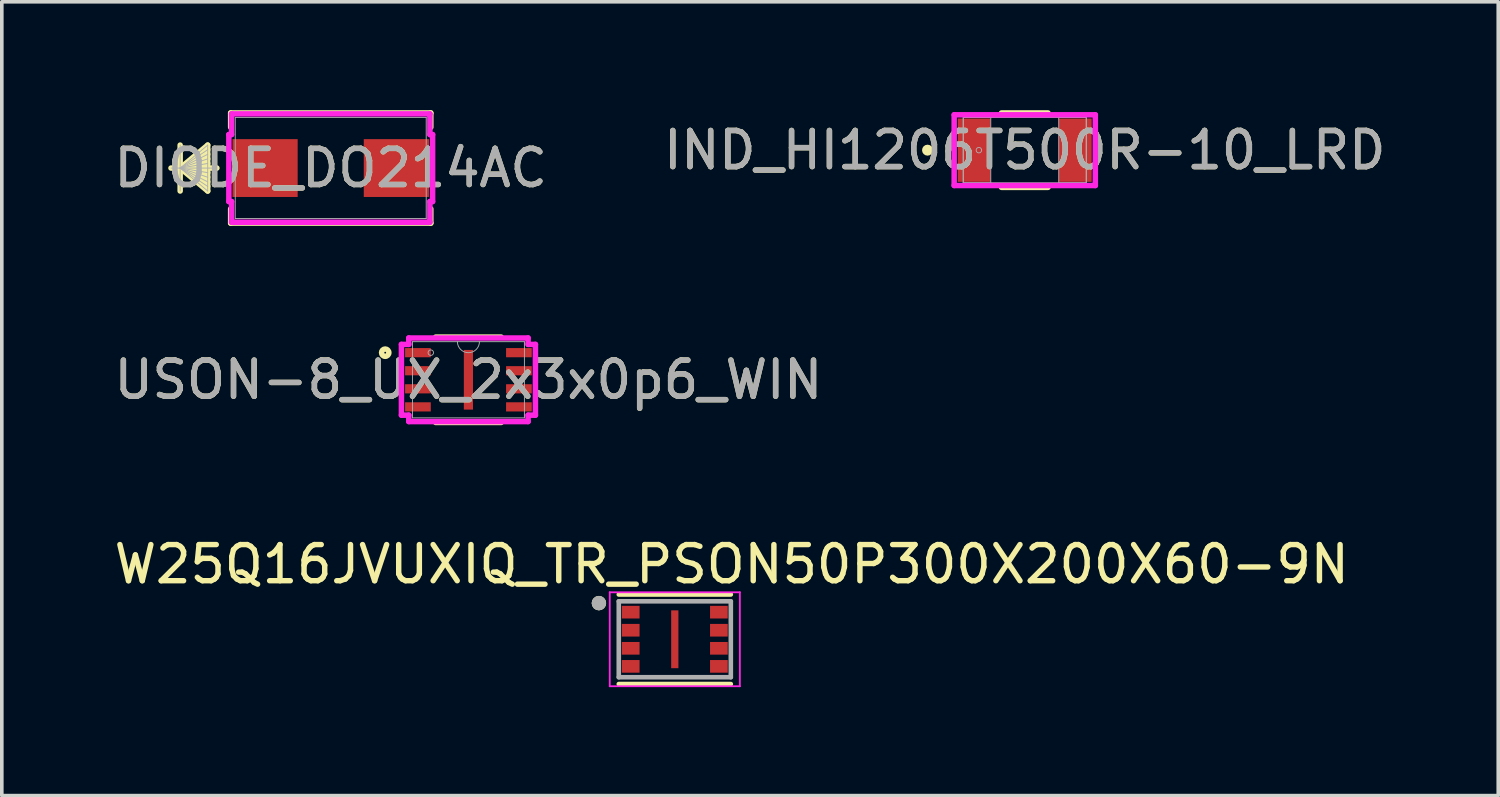
<source format=kicad_pcb>
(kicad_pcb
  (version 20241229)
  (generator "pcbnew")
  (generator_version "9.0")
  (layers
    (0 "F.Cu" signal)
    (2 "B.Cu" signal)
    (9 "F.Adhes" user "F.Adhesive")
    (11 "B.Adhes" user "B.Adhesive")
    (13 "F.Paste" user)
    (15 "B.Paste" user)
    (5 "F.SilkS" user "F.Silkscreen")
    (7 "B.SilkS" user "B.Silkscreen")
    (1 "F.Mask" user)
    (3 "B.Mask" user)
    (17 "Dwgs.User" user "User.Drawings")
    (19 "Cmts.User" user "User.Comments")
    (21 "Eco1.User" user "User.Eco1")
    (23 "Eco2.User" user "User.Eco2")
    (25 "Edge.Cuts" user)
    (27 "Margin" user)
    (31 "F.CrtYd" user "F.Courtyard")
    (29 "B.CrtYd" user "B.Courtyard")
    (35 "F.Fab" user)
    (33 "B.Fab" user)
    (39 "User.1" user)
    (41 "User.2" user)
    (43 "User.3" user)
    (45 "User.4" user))
  (footprint "USON-8_UX_2x3x0p6_WIN"
    (layer "F.Cu")
    (at 9.911 7.458)
    (property "Reference" "USON-8_UX_2x3x0p6_WIN" (at 0 0 0) (unlocked yes) (layer "F.SilkS") (effects (font (size 1 1) (thickness 0.15))))
    (attr smd)
    (fp_line (start -0.906 1.181) (end 0.906 1.181) (stroke (width 0.152) (type solid)) (layer "F.SilkS"))
    (fp_line (start 0.906 -1.181) (end -0.906 -1.181) (stroke (width 0.152) (type solid)) (layer "F.SilkS"))
    (fp_circle (center -2.303 -0.75) (end -2.202 -0.75) (stroke (width 0.152) (type solid)) (fill no) (layer "F.SilkS"))
    (fp_line (start -1.854 -0.979) (end -1.651 -0.979) (stroke (width 0.152) (type solid)) (layer "F.CrtYd"))
    (fp_line (start -1.854 0.979) (end -1.854 -0.979) (stroke (width 0.152) (type solid)) (layer "F.CrtYd"))
    (fp_line (start -1.854 0.979) (end -1.651 0.979) (stroke (width 0.152) (type solid)) (layer "F.CrtYd"))
    (fp_line (start -1.651 -1.156) (end 1.651 -1.156) (stroke (width 0.152) (type solid)) (layer "F.CrtYd"))
    (fp_line (start -1.651 -0.979) (end -1.651 -1.156) (stroke (width 0.152) (type solid)) (layer "F.CrtYd"))
    (fp_line (start -1.651 1.156) (end -1.651 0.979) (stroke (width 0.152) (type solid)) (layer "F.CrtYd"))
    (fp_line (start 1.651 -1.156) (end 1.651 -0.979) (stroke (width 0.152) (type solid)) (layer "F.CrtYd"))
    (fp_line (start 1.651 0.979) (end 1.651 1.156) (stroke (width 0.152) (type solid)) (layer "F.CrtYd"))
    (fp_line (start 1.651 1.156) (end -1.651 1.156) (stroke (width 0.152) (type solid)) (layer "F.CrtYd"))
    (fp_line (start 1.854 -0.979) (end 1.651 -0.979) (stroke (width 0.152) (type solid)) (layer "F.CrtYd"))
    (fp_line (start 1.854 -0.979) (end 1.854 0.979) (stroke (width 0.152) (type solid)) (layer "F.CrtYd"))
    (fp_line (start 1.854 0.979) (end 1.651 0.979) (stroke (width 0.152) (type solid)) (layer "F.CrtYd"))
    (fp_line (start -1.549 -1.054) (end -1.549 1.054) (stroke (width 0.025) (type solid)) (layer "F.Fab"))
    (fp_line (start -1.549 1.054) (end 1.549 1.054) (stroke (width 0.025) (type solid)) (layer "F.Fab"))
    (fp_line (start 1.549 -1.054) (end -1.549 -1.054) (stroke (width 0.025) (type solid)) (layer "F.Fab"))
    (fp_line (start 1.549 1.054) (end 1.549 -1.054) (stroke (width 0.025) (type solid)) (layer "F.Fab"))
    (fp_arc (start 0.3048 -1.0541) (mid 0 -0.7493) (end -0.3048 -1.0541) (stroke (width 0.0254) (type solid)) (layer "F.Fab"))
    (fp_circle (center -1.041 -0.75) (end -0.965 -0.75) (stroke (width 0.025) (type solid)) (fill no) (layer "F.Fab"))
    (fp_text user "${REFERENCE}" (at 0 0 0) (unlocked yes) (layer "F.Fab") (effects (font (size 1 1) (thickness 0.15))))
    (pad "1" smd rect (at -1.397 -0.75) (size 0.711 0.254) (layers "F.Cu" "F.Mask" "F.Paste"))
    (pad "2" smd rect (at -1.397 -0.25) (size 0.711 0.254) (layers "F.Cu" "F.Mask" "F.Paste"))
    (pad "3" smd rect (at -1.397 0.25) (size 0.711 0.254) (layers "F.Cu" "F.Mask" "F.Paste"))
    (pad "4" smd rect (at -1.397 0.75) (size 0.711 0.254) (layers "F.Cu" "F.Mask" "F.Paste"))
    (pad "5" smd rect (at 1.397 0.75) (size 0.711 0.254) (layers "F.Cu" "F.Mask" "F.Paste"))
    (pad "6" smd rect (at 1.397 0.25) (size 0.711 0.254) (layers "F.Cu" "F.Mask" "F.Paste"))
    (pad "7" smd rect (at 1.397 -0.25) (size 0.711 0.254) (layers "F.Cu" "F.Mask" "F.Paste"))
    (pad "8" smd rect (at 1.397 -0.75) (size 0.711 0.254) (layers "F.Cu" "F.Mask" "F.Paste"))
    (pad "9" smd rect (at 0 0) (size 0.254 1.651) (layers "F.Cu" "F.Mask" "F.Paste")))
  (footprint "DIODE_DO214AC"
    (layer "F.Cu")
    (at 6.101 1.6)
    (property "Reference" "DIODE_DO214AC" (at 0 0 0) (unlocked yes) (layer "F.SilkS") (effects (font (size 1 1) (thickness 0.15))))
    (attr smd)
    (fp_line (start -4.166 -0.635) (end -4.166 0.635) (stroke (width 0.152) (type solid)) (layer "F.SilkS"))
    (fp_line (start -4.166 0) (end -3.404 -0.635) (stroke (width 0.152) (type solid)) (layer "F.SilkS"))
    (fp_line (start -4.166 0) (end -3.404 -0.508) (stroke (width 0.152) (type solid)) (layer "F.SilkS"))
    (fp_line (start -4.166 0) (end -3.404 -0.381) (stroke (width 0.152) (type solid)) (layer "F.SilkS"))
    (fp_line (start -4.166 0) (end -3.404 -0.254) (stroke (width 0.152) (type solid)) (layer "F.SilkS"))
    (fp_line (start -4.166 0) (end -3.404 -0.127) (stroke (width 0.152) (type solid)) (layer "F.SilkS"))
    (fp_line (start -4.166 0) (end -3.404 0.127) (stroke (width 0.152) (type solid)) (layer "F.SilkS"))
    (fp_line (start -4.166 0) (end -3.404 0.254) (stroke (width 0.152) (type solid)) (layer "F.SilkS"))
    (fp_line (start -4.166 0) (end -3.404 0.381) (stroke (width 0.152) (type solid)) (layer "F.SilkS"))
    (fp_line (start -4.166 0) (end -3.404 0.508) (stroke (width 0.152) (type solid)) (layer "F.SilkS"))
    (fp_line (start -4.166 0) (end -3.404 0.635) (stroke (width 0.152) (type solid)) (layer "F.SilkS"))
    (fp_line (start -3.404 -0.635) (end -3.404 0.635) (stroke (width 0.152) (type solid)) (layer "F.SilkS"))
    (fp_line (start -3.15 0) (end -4.42 0) (stroke (width 0.152) (type solid)) (layer "F.SilkS"))
    (fp_line (start -2.769 -1.524) (end -2.769 -1.129) (stroke (width 0.152) (type solid)) (layer "F.SilkS"))
    (fp_line (start -2.769 1.129) (end -2.769 1.524) (stroke (width 0.152) (type solid)) (layer "F.SilkS"))
    (fp_line (start -2.769 1.524) (end 2.769 1.524) (stroke (width 0.152) (type solid)) (layer "F.SilkS"))
    (fp_line (start 2.769 -1.524) (end -2.769 -1.524) (stroke (width 0.152) (type solid)) (layer "F.SilkS"))
    (fp_line (start 2.769 -1.129) (end 2.769 -1.524) (stroke (width 0.152) (type solid)) (layer "F.SilkS"))
    (fp_line (start 2.769 1.524) (end 2.769 1.129) (stroke (width 0.152) (type solid)) (layer "F.SilkS"))
    (fp_line (start -2.819 -0.927) (end -2.743 -0.927) (stroke (width 0.152) (type solid)) (layer "F.CrtYd"))
    (fp_line (start -2.819 0.927) (end -2.819 -0.927) (stroke (width 0.152) (type solid)) (layer "F.CrtYd"))
    (fp_line (start -2.743 -1.499) (end 2.743 -1.499) (stroke (width 0.152) (type solid)) (layer "F.CrtYd"))
    (fp_line (start -2.743 -0.927) (end -2.743 -1.499) (stroke (width 0.152) (type solid)) (layer "F.CrtYd"))
    (fp_line (start -2.743 0.927) (end -2.819 0.927) (stroke (width 0.152) (type solid)) (layer "F.CrtYd"))
    (fp_line (start -2.743 1.499) (end -2.743 0.927) (stroke (width 0.152) (type solid)) (layer "F.CrtYd"))
    (fp_line (start 2.743 -1.499) (end 2.743 -0.927) (stroke (width 0.152) (type solid)) (layer "F.CrtYd"))
    (fp_line (start 2.743 -0.927) (end 2.819 -0.927) (stroke (width 0.152) (type solid)) (layer "F.CrtYd"))
    (fp_line (start 2.743 0.927) (end 2.743 1.499) (stroke (width 0.152) (type solid)) (layer "F.CrtYd"))
    (fp_line (start 2.743 1.499) (end -2.743 1.499) (stroke (width 0.152) (type solid)) (layer "F.CrtYd"))
    (fp_line (start 2.819 -0.927) (end 2.819 0.927) (stroke (width 0.152) (type solid)) (layer "F.CrtYd"))
    (fp_line (start 2.819 0.927) (end 2.743 0.927) (stroke (width 0.152) (type solid)) (layer "F.CrtYd"))
    (fp_line (start -4.166 -0.635) (end -4.166 0.635) (stroke (width 0.025) (type solid)) (layer "F.Fab"))
    (fp_line (start -4.166 0) (end -3.404 -0.635) (stroke (width 0.025) (type solid)) (layer "F.Fab"))
    (fp_line (start -4.166 0) (end -3.404 -0.508) (stroke (width 0.025) (type solid)) (layer "F.Fab"))
    (fp_line (start -4.166 0) (end -3.404 -0.381) (stroke (width 0.025) (type solid)) (layer "F.Fab"))
    (fp_line (start -4.166 0) (end -3.404 -0.254) (stroke (width 0.025) (type solid)) (layer "F.Fab"))
    (fp_line (start -4.166 0) (end -3.404 -0.127) (stroke (width 0.025) (type solid)) (layer "F.Fab"))
    (fp_line (start -4.166 0) (end -3.404 0.127) (stroke (width 0.025) (type solid)) (layer "F.Fab"))
    (fp_line (start -4.166 0) (end -3.404 0.254) (stroke (width 0.025) (type solid)) (layer "F.Fab"))
    (fp_line (start -4.166 0) (end -3.404 0.381) (stroke (width 0.025) (type solid)) (layer "F.Fab"))
    (fp_line (start -4.166 0) (end -3.404 0.508) (stroke (width 0.025) (type solid)) (layer "F.Fab"))
    (fp_line (start -4.166 0) (end -3.404 0.635) (stroke (width 0.025) (type solid)) (layer "F.Fab"))
    (fp_line (start -3.404 -0.635) (end -3.404 0.635) (stroke (width 0.025) (type solid)) (layer "F.Fab"))
    (fp_line (start -3.15 0) (end -4.42 0) (stroke (width 0.025) (type solid)) (layer "F.Fab"))
    (fp_line (start -2.642 -1.397) (end -2.642 1.397) (stroke (width 0.025) (type solid)) (layer "F.Fab"))
    (fp_line (start -2.642 1.397) (end 2.642 1.397) (stroke (width 0.025) (type solid)) (layer "F.Fab"))
    (fp_line (start 2.642 -1.397) (end -2.642 -1.397) (stroke (width 0.025) (type solid)) (layer "F.Fab"))
    (fp_line (start 2.642 1.397) (end 2.642 -1.397) (stroke (width 0.025) (type solid)) (layer "F.Fab"))
    (fp_text user "${REFERENCE}" (at 0 0 0) (unlocked yes) (layer "F.Fab") (effects (font (size 1 1) (thickness 0.15))))
    (pad "1" smd rect (at -1.816 0 90) (size 1.6 1.803) (layers "F.Cu" "F.Mask" "F.Paste"))
    (pad "2" smd rect (at 1.816 0 90) (size 1.6 1.803) (layers "F.Cu" "F.Mask" "F.Paste"))
    (zone (net_name "") (layer "F.Cu") (hatch full 0.508) (connect_pads) (min_thickness 0.254) (filled_areas_thickness no) (keepout (tracks not_allowed) (vias not_allowed) (pads allowed) (copperpour not_allowed) (footprints allowed)) (placement (enabled no)) (fill) (polygon (pts (xy 3.51 0.254) (xy 8.692 0.254) (xy 8.692 0.724) (xy 3.51 0.724))))
    (zone (net_name "") (layer "F.Cu") (hatch full 0.508) (connect_pads) (min_thickness 0.254) (filled_areas_thickness no) (keepout (tracks not_allowed) (vias not_allowed) (pads allowed) (copperpour not_allowed) (footprints allowed)) (placement (enabled no)) (fill) (polygon (pts (xy 3.51 2.477) (xy 8.692 2.477) (xy 8.692 2.946) (xy 3.51 2.946))))
    (zone (net_name "") (layer "F.Cu") (hatch full 0.508) (connect_pads) (min_thickness 0.254) (filled_areas_thickness no) (keepout (tracks not_allowed) (vias not_allowed) (pads allowed) (copperpour not_allowed) (footprints allowed)) (placement (enabled no)) (fill) (polygon (pts (xy 5.238 0.724) (xy 6.965 0.724) (xy 6.965 2.477) (xy 5.238 2.477)))))
  (footprint "W25Q16JVUXIQ_TR_PSON50P300X200X60-9N"
    (layer "F.Cu")
    (at 15.621 14.638)
    (property "Reference" "W25Q16JVUXIQ_TR_PSON50P300X200X60-9N" (at 1.575 -2.075 0) (layer "F.SilkS") (effects (font (size 1 1) (thickness 0.15))))
    (attr smd)
    (fp_line (start -1.55 -1.239) (end 1.55 -1.239) (stroke (width 0.127) (type solid)) (layer "F.SilkS"))
    (fp_line (start -1.55 1.239) (end 1.55 1.239) (stroke (width 0.127) (type solid)) (layer "F.SilkS"))
    (fp_circle (center -2.1 -1) (end -2 -1) (stroke (width 0.2) (type solid)) (fill no) (layer "F.SilkS"))
    (fp_line (start -1.8 -1.3) (end 1.8 -1.3) (stroke (width 0.05) (type solid)) (layer "F.CrtYd"))
    (fp_line (start -1.8 1.3) (end -1.8 -1.3) (stroke (width 0.05) (type solid)) (layer "F.CrtYd"))
    (fp_line (start 1.8 -1.3) (end 1.8 1.3) (stroke (width 0.05) (type solid)) (layer "F.CrtYd"))
    (fp_line (start 1.8 1.3) (end -1.8 1.3) (stroke (width 0.05) (type solid)) (layer "F.CrtYd"))
    (fp_line (start -1.55 -1.05) (end 1.55 -1.05) (stroke (width 0.127) (type solid)) (layer "F.Fab"))
    (fp_line (start -1.55 1.05) (end -1.55 -1.05) (stroke (width 0.127) (type solid)) (layer "F.Fab"))
    (fp_line (start 1.55 -1.05) (end 1.55 1.05) (stroke (width 0.127) (type solid)) (layer "F.Fab"))
    (fp_line (start 1.55 1.05) (end -1.55 1.05) (stroke (width 0.127) (type solid)) (layer "F.Fab"))
    (fp_circle (center -2.1 -1) (end -2 -1) (stroke (width 0.2) (type solid)) (fill no) (layer "F.Fab"))
    (pad "1" smd rect (at -1.22 -0.75) (size 0.49 0.35) (layers "F.Cu" "F.Mask" "F.Paste"))
    (pad "2" smd rect (at -1.22 -0.25) (size 0.49 0.35) (layers "F.Cu" "F.Mask" "F.Paste"))
    (pad "3" smd rect (at -1.22 0.25) (size 0.49 0.35) (layers "F.Cu" "F.Mask" "F.Paste"))
    (pad "4" smd rect (at -1.22 0.75) (size 0.49 0.35) (layers "F.Cu" "F.Mask" "F.Paste"))
    (pad "5" smd rect (at 1.22 0.75) (size 0.49 0.35) (layers "F.Cu" "F.Mask" "F.Paste"))
    (pad "6" smd rect (at 1.22 0.25) (size 0.49 0.35) (layers "F.Cu" "F.Mask" "F.Paste"))
    (pad "7" smd rect (at 1.22 -0.25) (size 0.49 0.35) (layers "F.Cu" "F.Mask" "F.Paste"))
    (pad "8" smd rect (at 1.22 -0.75) (size 0.49 0.35) (layers "F.Cu" "F.Mask" "F.Paste"))
    (pad "9" smd rect (at 0 0) (size 0.2 1.6) (layers "F.Cu" "F.Mask" "F.Paste")))
  (footprint "IND_HI1206T500R-10_LRD"
    (layer "F.Cu")
    (at 25.304 1.105)
    (property "Reference" "IND_HI1206T500R-10_LRD" (at 0 0 0) (unlocked yes) (layer "F.SilkS") (effects (font (size 1 1) (thickness 0.15))))
    (attr smd)
    (fp_line (start -0.644 1.029) (end 0.644 1.029) (stroke (width 0.152) (type solid)) (layer "F.SilkS"))
    (fp_line (start 0.644 -1.029) (end -0.644 -1.029) (stroke (width 0.152) (type solid)) (layer "F.SilkS"))
    (fp_circle (center -2.69 0) (end -2.614 0) (stroke (width 0.152) (type solid)) (fill no) (layer "F.SilkS"))
    (fp_line (start -1.953 -0.978) (end 1.953 -0.978) (stroke (width 0.152) (type solid)) (layer "F.CrtYd"))
    (fp_line (start -1.953 0.978) (end -1.953 -0.978) (stroke (width 0.152) (type solid)) (layer "F.CrtYd"))
    (fp_line (start 1.953 -0.978) (end 1.953 0.978) (stroke (width 0.152) (type solid)) (layer "F.CrtYd"))
    (fp_line (start 1.953 0.978) (end -1.953 0.978) (stroke (width 0.152) (type solid)) (layer "F.CrtYd"))
    (fp_line (start -1.702 -0.902) (end -1.702 0.902) (stroke (width 0.025) (type solid)) (layer "F.Fab"))
    (fp_line (start -1.702 -0.902) (end -1.702 0.902) (stroke (width 0.025) (type solid)) (layer "F.Fab"))
    (fp_line (start -1.702 0.902) (end -0.94 0.902) (stroke (width 0.025) (type solid)) (layer "F.Fab"))
    (fp_line (start -1.702 0.902) (end 1.702 0.902) (stroke (width 0.025) (type solid)) (layer "F.Fab"))
    (fp_line (start -0.94 -0.902) (end -1.702 -0.902) (stroke (width 0.025) (type solid)) (layer "F.Fab"))
    (fp_line (start -0.94 0.902) (end -0.94 -0.902) (stroke (width 0.025) (type solid)) (layer "F.Fab"))
    (fp_line (start 0.94 -0.902) (end 0.94 0.902) (stroke (width 0.025) (type solid)) (layer "F.Fab"))
    (fp_line (start 0.94 0.902) (end 1.702 0.902) (stroke (width 0.025) (type solid)) (layer "F.Fab"))
    (fp_line (start 1.702 -0.902) (end -1.702 -0.902) (stroke (width 0.025) (type solid)) (layer "F.Fab"))
    (fp_line (start 1.702 -0.902) (end 0.94 -0.902) (stroke (width 0.025) (type solid)) (layer "F.Fab"))
    (fp_line (start 1.702 0.902) (end 1.702 -0.902) (stroke (width 0.025) (type solid)) (layer "F.Fab"))
    (fp_line (start 1.702 0.902) (end 1.702 -0.902) (stroke (width 0.025) (type solid)) (layer "F.Fab"))
    (fp_circle (center -1.269 0) (end -1.193 0) (stroke (width 0.025) (type solid)) (fill no) (layer "F.Fab"))
    (fp_text user "${REFERENCE}" (at 0 0 0) (unlocked yes) (layer "F.Fab") (effects (font (size 1 1) (thickness 0.15))))
    (pad "1" smd rect (at -1.396 0) (size 0.912 1.753) (layers "F.Cu" "F.Mask" "F.Paste"))
    (pad "2" smd rect (at 1.396 0) (size 0.912 1.753) (layers "F.Cu" "F.Mask" "F.Paste"))
    (zone (net_name "") (layer "F.Cu") (hatch full 0.508) (connect_pads) (min_thickness 0.254) (filled_areas_thickness no) (keepout (tracks not_allowed) (vias not_allowed) (pads allowed) (copperpour not_allowed) (footprints allowed)) (placement (enabled no)) (fill) (polygon (pts (xy 24.415 0.254) (xy 26.193 0.254) (xy 26.193 1.956) (xy 24.415 1.956)))))
  (gr_rect
    (start -3 -3)
    (end 38.405 18.963)
    (stroke (width 0.1) (type default))
    (fill no)
    (layer "Edge.Cuts")))
</source>
